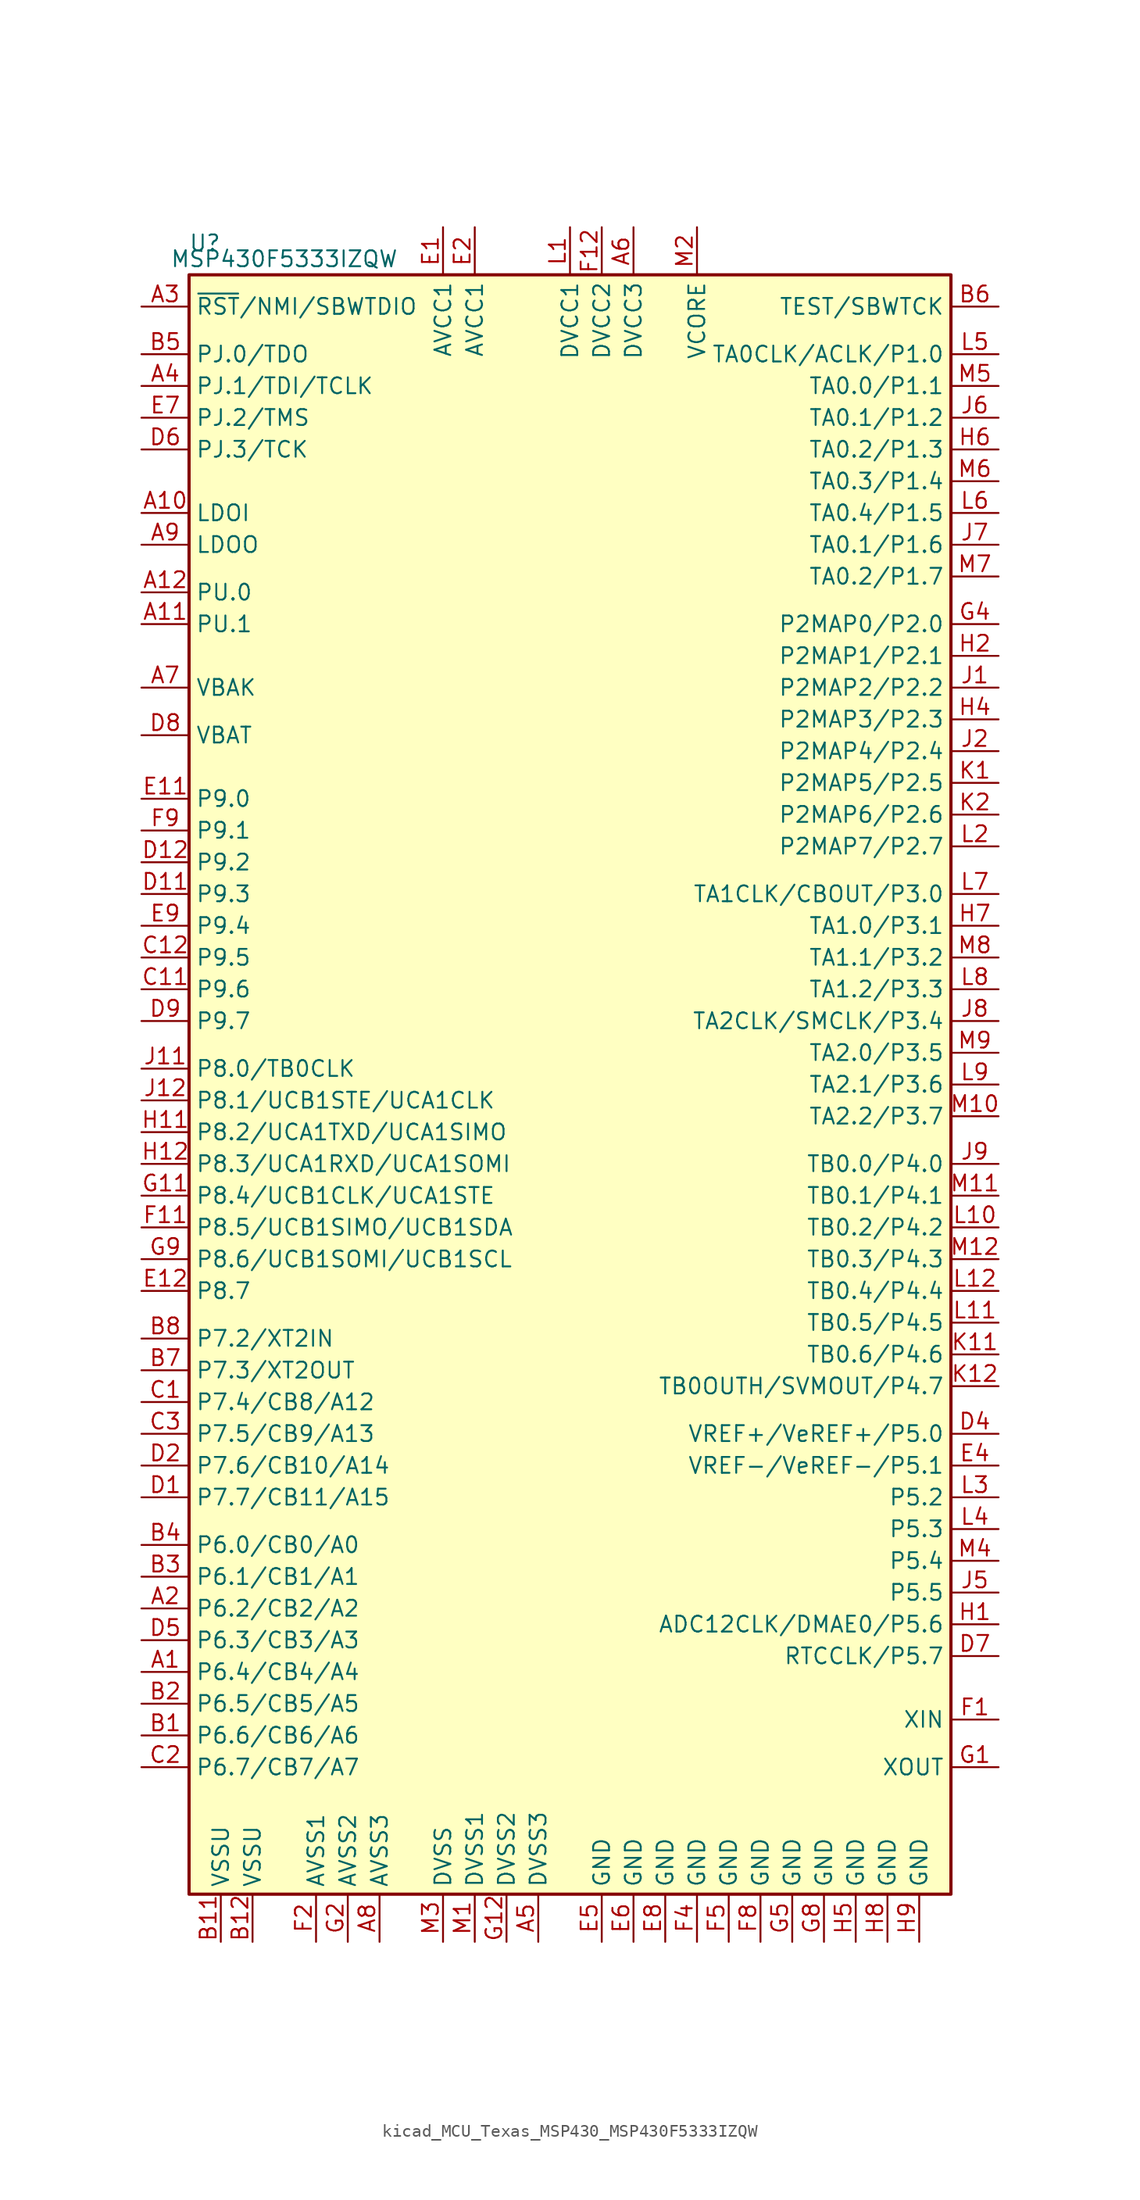
<source format=kicad_sym>
(kicad_symbol_lib
  (version 20220914)
  (generator kicad_symbol_editor)
  (symbol "kicad_MCU_Texas_MSP430_MSP430F5333IZQW"
    (property "Reference" "U"
      (at -29.21 67.31 0)
      (effects (font (size 1.27 1.27))))
    (property "Value" "MSP430F5333IZQW"
      (at -22.86 66.04 0)
      (effects (font (size 1.27 1.27))))
    (symbol "kicad_MCU_Texas_MSP430_MSP430F5333IZQW_0_1"
      (rectangle (start -30.48 64.77) (end 30.48 -64.77) (stroke (width 0.254) (type default)) (fill (type background))))
    (symbol "kicad_MCU_Texas_MSP430_MSP430F5333IZQW_1_1"
      (pin bidirectional line (at -34.29 -46.99 0) (length 3.81) (name "P6.4/CB4/A4" (effects (font (size 1.27 1.27)))) (number "A1" (effects (font (size 1.27 1.27)))))
      (pin bidirectional line (at -34.29 45.72 0) (length 3.81) (name "LDOI" (effects (font (size 1.27 1.27)))) (number "A10" (effects (font (size 1.27 1.27)))))
      (pin bidirectional line (at -34.29 36.83 0) (length 3.81) (name "PU.1" (effects (font (size 1.27 1.27)))) (number "A11" (effects (font (size 1.27 1.27)))))
      (pin bidirectional line (at -34.29 39.37 0) (length 3.81) (name "PU.0" (effects (font (size 1.27 1.27)))) (number "A12" (effects (font (size 1.27 1.27)))))
      (pin bidirectional line (at -34.29 -41.91 0) (length 3.81) (name "P6.2/CB2/A2" (effects (font (size 1.27 1.27)))) (number "A2" (effects (font (size 1.27 1.27)))))
      (pin input line (at -34.29 62.23 0) (length 3.81) (name "~{RST}/NMI/SBWTDIO" (effects (font (size 1.27 1.27)))) (number "A3" (effects (font (size 1.27 1.27)))))
      (pin bidirectional line (at -34.29 55.88 0) (length 3.81) (name "PJ.1/TDI/TCLK" (effects (font (size 1.27 1.27)))) (number "A4" (effects (font (size 1.27 1.27)))))
      (pin power_in line (at -2.54 -68.58 90) (length 3.81) (name "DVSS3" (effects (font (size 1.27 1.27)))) (number "A5" (effects (font (size 1.27 1.27)))))
      (pin power_in line (at 5.08 68.58 270) (length 3.81) (name "DVCC3" (effects (font (size 1.27 1.27)))) (number "A6" (effects (font (size 1.27 1.27)))))
      (pin bidirectional line (at -34.29 31.75 0) (length 3.81) (name "VBAK" (effects (font (size 1.27 1.27)))) (number "A7" (effects (font (size 1.27 1.27)))))
      (pin power_in line (at -15.24 -68.58 90) (length 3.81) (name "AVSS3" (effects (font (size 1.27 1.27)))) (number "A8" (effects (font (size 1.27 1.27)))))
      (pin bidirectional line (at -34.29 43.18 0) (length 3.81) (name "LDOO" (effects (font (size 1.27 1.27)))) (number "A9" (effects (font (size 1.27 1.27)))))
      (pin bidirectional line (at -34.29 -52.07 0) (length 3.81) (name "P6.6/CB6/A6" (effects (font (size 1.27 1.27)))) (number "B1" (effects (font (size 1.27 1.27)))))
      (pin power_in line (at -27.94 -68.58 90) (length 3.81) (name "VSSU" (effects (font (size 1.27 1.27)))) (number "B11" (effects (font (size 1.27 1.27)))))
      (pin power_in line (at -25.4 -68.58 90) (length 3.81) (name "VSSU" (effects (font (size 1.27 1.27)))) (number "B12" (effects (font (size 1.27 1.27)))))
      (pin bidirectional line (at -34.29 -49.53 0) (length 3.81) (name "P6.5/CB5/A5" (effects (font (size 1.27 1.27)))) (number "B2" (effects (font (size 1.27 1.27)))))
      (pin bidirectional line (at -34.29 -39.37 0) (length 3.81) (name "P6.1/CB1/A1" (effects (font (size 1.27 1.27)))) (number "B3" (effects (font (size 1.27 1.27)))))
      (pin bidirectional line (at -34.29 -36.83 0) (length 3.81) (name "P6.0/CB0/A0" (effects (font (size 1.27 1.27)))) (number "B4" (effects (font (size 1.27 1.27)))))
      (pin bidirectional line (at -34.29 58.42 0) (length 3.81) (name "PJ.0/TDO" (effects (font (size 1.27 1.27)))) (number "B5" (effects (font (size 1.27 1.27)))))
      (pin input line (at 34.29 62.23 180) (length 3.81) (name "TEST/SBWTCK" (effects (font (size 1.27 1.27)))) (number "B6" (effects (font (size 1.27 1.27)))))
      (pin bidirectional line (at -34.29 -22.86 0) (length 3.81) (name "P7.3/XT2OUT" (effects (font (size 1.27 1.27)))) (number "B7" (effects (font (size 1.27 1.27)))))
      (pin bidirectional line (at -34.29 -20.32 0) (length 3.81) (name "P7.2/XT2IN" (effects (font (size 1.27 1.27)))) (number "B8" (effects (font (size 1.27 1.27)))))
      (pin bidirectional line (at -34.29 -25.4 0) (length 3.81) (name "P7.4/CB8/A12" (effects (font (size 1.27 1.27)))) (number "C1" (effects (font (size 1.27 1.27)))))
      (pin bidirectional line (at -34.29 7.62 0) (length 3.81) (name "P9.6" (effects (font (size 1.27 1.27)))) (number "C11" (effects (font (size 1.27 1.27)))))
      (pin bidirectional line (at -34.29 10.16 0) (length 3.81) (name "P9.5" (effects (font (size 1.27 1.27)))) (number "C12" (effects (font (size 1.27 1.27)))))
      (pin bidirectional line (at -34.29 -54.61 0) (length 3.81) (name "P6.7/CB7/A7" (effects (font (size 1.27 1.27)))) (number "C2" (effects (font (size 1.27 1.27)))))
      (pin bidirectional line (at -34.29 -27.94 0) (length 3.81) (name "P7.5/CB9/A13" (effects (font (size 1.27 1.27)))) (number "C3" (effects (font (size 1.27 1.27)))))
      (pin bidirectional line (at -34.29 -33.02 0) (length 3.81) (name "P7.7/CB11/A15" (effects (font (size 1.27 1.27)))) (number "D1" (effects (font (size 1.27 1.27)))))
      (pin bidirectional line (at -34.29 15.24 0) (length 3.81) (name "P9.3" (effects (font (size 1.27 1.27)))) (number "D11" (effects (font (size 1.27 1.27)))))
      (pin bidirectional line (at -34.29 17.78 0) (length 3.81) (name "P9.2" (effects (font (size 1.27 1.27)))) (number "D12" (effects (font (size 1.27 1.27)))))
      (pin bidirectional line (at -34.29 -30.48 0) (length 3.81) (name "P7.6/CB10/A14" (effects (font (size 1.27 1.27)))) (number "D2" (effects (font (size 1.27 1.27)))))
      (pin bidirectional line (at 34.29 -27.94 180) (length 3.81) (name "VREF+/VeREF+/P5.0" (effects (font (size 1.27 1.27)))) (number "D4" (effects (font (size 1.27 1.27)))))
      (pin bidirectional line (at -34.29 -44.45 0) (length 3.81) (name "P6.3/CB3/A3" (effects (font (size 1.27 1.27)))) (number "D5" (effects (font (size 1.27 1.27)))))
      (pin bidirectional line (at -34.29 50.8 0) (length 3.81) (name "PJ.3/TCK" (effects (font (size 1.27 1.27)))) (number "D6" (effects (font (size 1.27 1.27)))))
      (pin bidirectional line (at 34.29 -45.72 180) (length 3.81) (name "RTCCLK/P5.7" (effects (font (size 1.27 1.27)))) (number "D7" (effects (font (size 1.27 1.27)))))
      (pin bidirectional line (at -34.29 27.94 0) (length 3.81) (name "VBAT" (effects (font (size 1.27 1.27)))) (number "D8" (effects (font (size 1.27 1.27)))))
      (pin bidirectional line (at -34.29 5.08 0) (length 3.81) (name "P9.7" (effects (font (size 1.27 1.27)))) (number "D9" (effects (font (size 1.27 1.27)))))
      (pin power_in line (at -10.16 68.58 270) (length 3.81) (name "AVCC1" (effects (font (size 1.27 1.27)))) (number "E1" (effects (font (size 1.27 1.27)))))
      (pin bidirectional line (at -34.29 22.86 0) (length 3.81) (name "P9.0" (effects (font (size 1.27 1.27)))) (number "E11" (effects (font (size 1.27 1.27)))))
      (pin bidirectional line (at -34.29 -16.51 0) (length 3.81) (name "P8.7" (effects (font (size 1.27 1.27)))) (number "E12" (effects (font (size 1.27 1.27)))))
      (pin power_in line (at -7.62 68.58 270) (length 3.81) (name "AVCC1" (effects (font (size 1.27 1.27)))) (number "E2" (effects (font (size 1.27 1.27)))))
      (pin bidirectional line (at 34.29 -30.48 180) (length 3.81) (name "VREF-/VeREF-/P5.1" (effects (font (size 1.27 1.27)))) (number "E4" (effects (font (size 1.27 1.27)))))
      (pin power_in line (at 2.54 -68.58 90) (length 3.81) (name "GND" (effects (font (size 1.27 1.27)))) (number "E5" (effects (font (size 1.27 1.27)))))
      (pin power_in line (at 5.08 -68.58 90) (length 3.81) (name "GND" (effects (font (size 1.27 1.27)))) (number "E6" (effects (font (size 1.27 1.27)))))
      (pin bidirectional line (at -34.29 53.34 0) (length 3.81) (name "PJ.2/TMS" (effects (font (size 1.27 1.27)))) (number "E7" (effects (font (size 1.27 1.27)))))
      (pin power_in line (at 7.62 -68.58 90) (length 3.81) (name "GND" (effects (font (size 1.27 1.27)))) (number "E8" (effects (font (size 1.27 1.27)))))
      (pin bidirectional line (at -34.29 12.7 0) (length 3.81) (name "P9.4" (effects (font (size 1.27 1.27)))) (number "E9" (effects (font (size 1.27 1.27)))))
      (pin bidirectional line (at 34.29 -50.8 180) (length 3.81) (name "XIN" (effects (font (size 1.27 1.27)))) (number "F1" (effects (font (size 1.27 1.27)))))
      (pin bidirectional line (at -34.29 -11.43 0) (length 3.81) (name "P8.5/UCB1SIMO/UCB1SDA" (effects (font (size 1.27 1.27)))) (number "F11" (effects (font (size 1.27 1.27)))))
      (pin power_in line (at 2.54 68.58 270) (length 3.81) (name "DVCC2" (effects (font (size 1.27 1.27)))) (number "F12" (effects (font (size 1.27 1.27)))))
      (pin power_in line (at -20.32 -68.58 90) (length 3.81) (name "AVSS1" (effects (font (size 1.27 1.27)))) (number "F2" (effects (font (size 1.27 1.27)))))
      (pin power_in line (at 10.16 -68.58 90) (length 3.81) (name "GND" (effects (font (size 1.27 1.27)))) (number "F4" (effects (font (size 1.27 1.27)))))
      (pin power_in line (at 12.7 -68.58 90) (length 3.81) (name "GND" (effects (font (size 1.27 1.27)))) (number "F5" (effects (font (size 1.27 1.27)))))
      (pin power_in line (at 15.24 -68.58 90) (length 3.81) (name "GND" (effects (font (size 1.27 1.27)))) (number "F8" (effects (font (size 1.27 1.27)))))
      (pin bidirectional line (at -34.29 20.32 0) (length 3.81) (name "P9.1" (effects (font (size 1.27 1.27)))) (number "F9" (effects (font (size 1.27 1.27)))))
      (pin bidirectional line (at 34.29 -54.61 180) (length 3.81) (name "XOUT" (effects (font (size 1.27 1.27)))) (number "G1" (effects (font (size 1.27 1.27)))))
      (pin bidirectional line (at -34.29 -8.89 0) (length 3.81) (name "P8.4/UCB1CLK/UCA1STE" (effects (font (size 1.27 1.27)))) (number "G11" (effects (font (size 1.27 1.27)))))
      (pin power_in line (at -5.08 -68.58 90) (length 3.81) (name "DVSS2" (effects (font (size 1.27 1.27)))) (number "G12" (effects (font (size 1.27 1.27)))))
      (pin power_in line (at -17.78 -68.58 90) (length 3.81) (name "AVSS2" (effects (font (size 1.27 1.27)))) (number "G2" (effects (font (size 1.27 1.27)))))
      (pin bidirectional line (at 34.29 36.83 180) (length 3.81) (name "P2MAP0/P2.0" (effects (font (size 1.27 1.27)))) (number "G4" (effects (font (size 1.27 1.27)))))
      (pin power_in line (at 17.78 -68.58 90) (length 3.81) (name "GND" (effects (font (size 1.27 1.27)))) (number "G5" (effects (font (size 1.27 1.27)))))
      (pin power_in line (at 20.32 -68.58 90) (length 3.81) (name "GND" (effects (font (size 1.27 1.27)))) (number "G8" (effects (font (size 1.27 1.27)))))
      (pin bidirectional line (at -34.29 -13.97 0) (length 3.81) (name "P8.6/UCB1SOMI/UCB1SCL" (effects (font (size 1.27 1.27)))) (number "G9" (effects (font (size 1.27 1.27)))))
      (pin bidirectional line (at 34.29 -43.18 180) (length 3.81) (name "ADC12CLK/DMAE0/P5.6" (effects (font (size 1.27 1.27)))) (number "H1" (effects (font (size 1.27 1.27)))))
      (pin bidirectional line (at -34.29 -3.81 0) (length 3.81) (name "P8.2/UCA1TXD/UCA1SIMO" (effects (font (size 1.27 1.27)))) (number "H11" (effects (font (size 1.27 1.27)))))
      (pin bidirectional line (at -34.29 -6.35 0) (length 3.81) (name "P8.3/UCA1RXD/UCA1SOMI" (effects (font (size 1.27 1.27)))) (number "H12" (effects (font (size 1.27 1.27)))))
      (pin bidirectional line (at 34.29 34.29 180) (length 3.81) (name "P2MAP1/P2.1" (effects (font (size 1.27 1.27)))) (number "H2" (effects (font (size 1.27 1.27)))))
      (pin bidirectional line (at 34.29 29.21 180) (length 3.81) (name "P2MAP3/P2.3" (effects (font (size 1.27 1.27)))) (number "H4" (effects (font (size 1.27 1.27)))))
      (pin power_in line (at 22.86 -68.58 90) (length 3.81) (name "GND" (effects (font (size 1.27 1.27)))) (number "H5" (effects (font (size 1.27 1.27)))))
      (pin bidirectional line (at 34.29 50.8 180) (length 3.81) (name "TA0.2/P1.3" (effects (font (size 1.27 1.27)))) (number "H6" (effects (font (size 1.27 1.27)))))
      (pin bidirectional line (at 34.29 12.7 180) (length 3.81) (name "TA1.0/P3.1" (effects (font (size 1.27 1.27)))) (number "H7" (effects (font (size 1.27 1.27)))))
      (pin power_in line (at 25.4 -68.58 90) (length 3.81) (name "GND" (effects (font (size 1.27 1.27)))) (number "H8" (effects (font (size 1.27 1.27)))))
      (pin power_in line (at 27.94 -68.58 90) (length 3.81) (name "GND" (effects (font (size 1.27 1.27)))) (number "H9" (effects (font (size 1.27 1.27)))))
      (pin bidirectional line (at 34.29 31.75 180) (length 3.81) (name "P2MAP2/P2.2" (effects (font (size 1.27 1.27)))) (number "J1" (effects (font (size 1.27 1.27)))))
      (pin bidirectional line (at -34.29 1.27 0) (length 3.81) (name "P8.0/TB0CLK" (effects (font (size 1.27 1.27)))) (number "J11" (effects (font (size 1.27 1.27)))))
      (pin bidirectional line (at -34.29 -1.27 0) (length 3.81) (name "P8.1/UCB1STE/UCA1CLK" (effects (font (size 1.27 1.27)))) (number "J12" (effects (font (size 1.27 1.27)))))
      (pin bidirectional line (at 34.29 26.67 180) (length 3.81) (name "P2MAP4/P2.4" (effects (font (size 1.27 1.27)))) (number "J2" (effects (font (size 1.27 1.27)))))
      (pin bidirectional line (at 34.29 -40.64 180) (length 3.81) (name "P5.5" (effects (font (size 1.27 1.27)))) (number "J5" (effects (font (size 1.27 1.27)))))
      (pin bidirectional line (at 34.29 53.34 180) (length 3.81) (name "TA0.1/P1.2" (effects (font (size 1.27 1.27)))) (number "J6" (effects (font (size 1.27 1.27)))))
      (pin bidirectional line (at 34.29 43.18 180) (length 3.81) (name "TA0.1/P1.6" (effects (font (size 1.27 1.27)))) (number "J7" (effects (font (size 1.27 1.27)))))
      (pin bidirectional line (at 34.29 5.08 180) (length 3.81) (name "TA2CLK/SMCLK/P3.4" (effects (font (size 1.27 1.27)))) (number "J8" (effects (font (size 1.27 1.27)))))
      (pin bidirectional line (at 34.29 -6.35 180) (length 3.81) (name "TB0.0/P4.0" (effects (font (size 1.27 1.27)))) (number "J9" (effects (font (size 1.27 1.27)))))
      (pin bidirectional line (at 34.29 24.13 180) (length 3.81) (name "P2MAP5/P2.5" (effects (font (size 1.27 1.27)))) (number "K1" (effects (font (size 1.27 1.27)))))
      (pin bidirectional line (at 34.29 -21.59 180) (length 3.81) (name "TB0.6/P4.6" (effects (font (size 1.27 1.27)))) (number "K11" (effects (font (size 1.27 1.27)))))
      (pin bidirectional line (at 34.29 -24.13 180) (length 3.81) (name "TB0OUTH/SVMOUT/P4.7" (effects (font (size 1.27 1.27)))) (number "K12" (effects (font (size 1.27 1.27)))))
      (pin bidirectional line (at 34.29 21.59 180) (length 3.81) (name "P2MAP6/P2.6" (effects (font (size 1.27 1.27)))) (number "K2" (effects (font (size 1.27 1.27)))))
      (pin power_in line (at 0 68.58 270) (length 3.81) (name "DVCC1" (effects (font (size 1.27 1.27)))) (number "L1" (effects (font (size 1.27 1.27)))))
      (pin bidirectional line (at 34.29 -11.43 180) (length 3.81) (name "TB0.2/P4.2" (effects (font (size 1.27 1.27)))) (number "L10" (effects (font (size 1.27 1.27)))))
      (pin bidirectional line (at 34.29 -19.05 180) (length 3.81) (name "TB0.5/P4.5" (effects (font (size 1.27 1.27)))) (number "L11" (effects (font (size 1.27 1.27)))))
      (pin bidirectional line (at 34.29 -16.51 180) (length 3.81) (name "TB0.4/P4.4" (effects (font (size 1.27 1.27)))) (number "L12" (effects (font (size 1.27 1.27)))))
      (pin bidirectional line (at 34.29 19.05 180) (length 3.81) (name "P2MAP7/P2.7" (effects (font (size 1.27 1.27)))) (number "L2" (effects (font (size 1.27 1.27)))))
      (pin bidirectional line (at 34.29 -33.02 180) (length 3.81) (name "P5.2" (effects (font (size 1.27 1.27)))) (number "L3" (effects (font (size 1.27 1.27)))))
      (pin bidirectional line (at 34.29 -35.56 180) (length 3.81) (name "P5.3" (effects (font (size 1.27 1.27)))) (number "L4" (effects (font (size 1.27 1.27)))))
      (pin bidirectional line (at 34.29 58.42 180) (length 3.81) (name "TA0CLK/ACLK/P1.0" (effects (font (size 1.27 1.27)))) (number "L5" (effects (font (size 1.27 1.27)))))
      (pin bidirectional line (at 34.29 45.72 180) (length 3.81) (name "TA0.4/P1.5" (effects (font (size 1.27 1.27)))) (number "L6" (effects (font (size 1.27 1.27)))))
      (pin bidirectional line (at 34.29 15.24 180) (length 3.81) (name "TA1CLK/CBOUT/P3.0" (effects (font (size 1.27 1.27)))) (number "L7" (effects (font (size 1.27 1.27)))))
      (pin bidirectional line (at 34.29 7.62 180) (length 3.81) (name "TA1.2/P3.3" (effects (font (size 1.27 1.27)))) (number "L8" (effects (font (size 1.27 1.27)))))
      (pin bidirectional line (at 34.29 0 180) (length 3.81) (name "TA2.1/P3.6" (effects (font (size 1.27 1.27)))) (number "L9" (effects (font (size 1.27 1.27)))))
      (pin power_in line (at -7.62 -68.58 90) (length 3.81) (name "DVSS1" (effects (font (size 1.27 1.27)))) (number "M1" (effects (font (size 1.27 1.27)))))
      (pin bidirectional line (at 34.29 -2.54 180) (length 3.81) (name "TA2.2/P3.7" (effects (font (size 1.27 1.27)))) (number "M10" (effects (font (size 1.27 1.27)))))
      (pin bidirectional line (at 34.29 -8.89 180) (length 3.81) (name "TB0.1/P4.1" (effects (font (size 1.27 1.27)))) (number "M11" (effects (font (size 1.27 1.27)))))
      (pin bidirectional line (at 34.29 -13.97 180) (length 3.81) (name "TB0.3/P4.3" (effects (font (size 1.27 1.27)))) (number "M12" (effects (font (size 1.27 1.27)))))
      (pin bidirectional line (at 10.16 68.58 270) (length 3.81) (name "VCORE" (effects (font (size 1.27 1.27)))) (number "M2" (effects (font (size 1.27 1.27)))))
      (pin power_in line (at -10.16 -68.58 90) (length 3.81) (name "DVSS" (effects (font (size 1.27 1.27)))) (number "M3" (effects (font (size 1.27 1.27)))))
      (pin bidirectional line (at 34.29 -38.1 180) (length 3.81) (name "P5.4" (effects (font (size 1.27 1.27)))) (number "M4" (effects (font (size 1.27 1.27)))))
      (pin bidirectional line (at 34.29 55.88 180) (length 3.81) (name "TA0.0/P1.1" (effects (font (size 1.27 1.27)))) (number "M5" (effects (font (size 1.27 1.27)))))
      (pin bidirectional line (at 34.29 48.26 180) (length 3.81) (name "TA0.3/P1.4" (effects (font (size 1.27 1.27)))) (number "M6" (effects (font (size 1.27 1.27)))))
      (pin bidirectional line (at 34.29 40.64 180) (length 3.81) (name "TA0.2/P1.7" (effects (font (size 1.27 1.27)))) (number "M7" (effects (font (size 1.27 1.27)))))
      (pin bidirectional line (at 34.29 10.16 180) (length 3.81) (name "TA1.1/P3.2" (effects (font (size 1.27 1.27)))) (number "M8" (effects (font (size 1.27 1.27)))))
      (pin bidirectional line (at 34.29 2.54 180) (length 3.81) (name "TA2.0/P3.5" (effects (font (size 1.27 1.27)))) (number "M9" (effects (font (size 1.27 1.27))))))))
</source>
